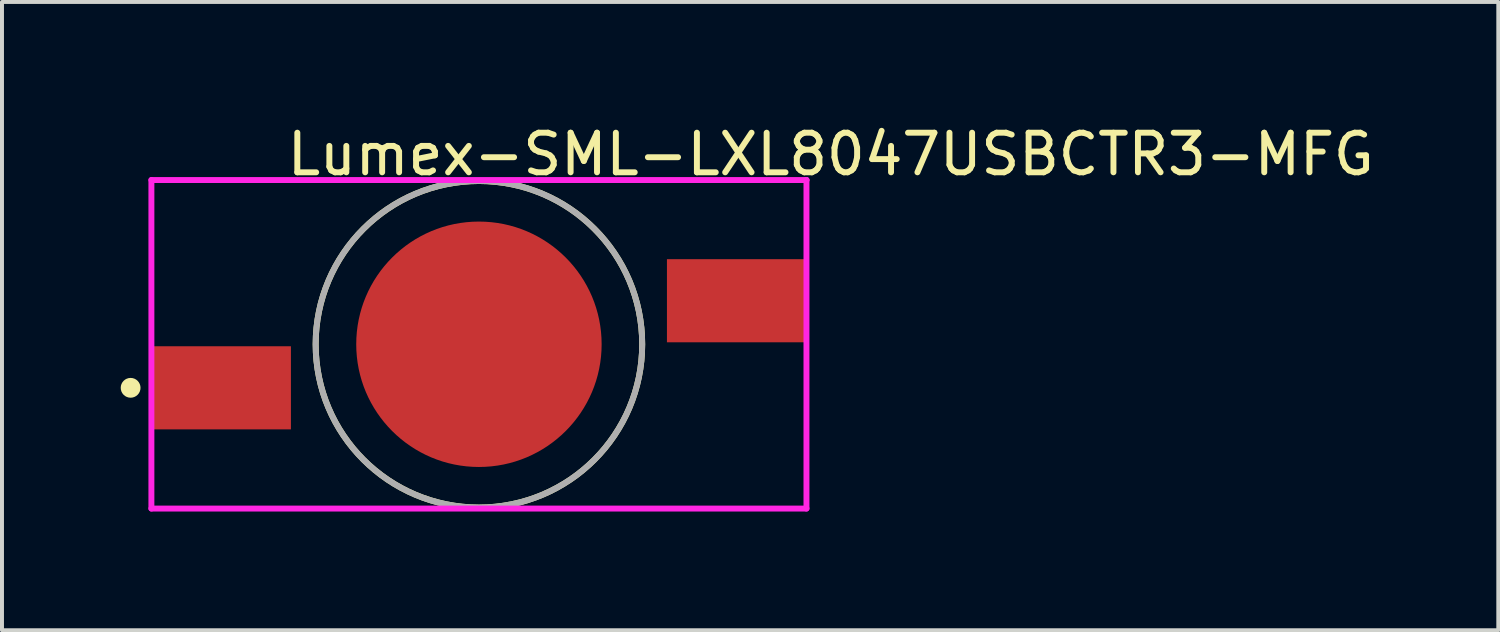
<source format=kicad_pcb>
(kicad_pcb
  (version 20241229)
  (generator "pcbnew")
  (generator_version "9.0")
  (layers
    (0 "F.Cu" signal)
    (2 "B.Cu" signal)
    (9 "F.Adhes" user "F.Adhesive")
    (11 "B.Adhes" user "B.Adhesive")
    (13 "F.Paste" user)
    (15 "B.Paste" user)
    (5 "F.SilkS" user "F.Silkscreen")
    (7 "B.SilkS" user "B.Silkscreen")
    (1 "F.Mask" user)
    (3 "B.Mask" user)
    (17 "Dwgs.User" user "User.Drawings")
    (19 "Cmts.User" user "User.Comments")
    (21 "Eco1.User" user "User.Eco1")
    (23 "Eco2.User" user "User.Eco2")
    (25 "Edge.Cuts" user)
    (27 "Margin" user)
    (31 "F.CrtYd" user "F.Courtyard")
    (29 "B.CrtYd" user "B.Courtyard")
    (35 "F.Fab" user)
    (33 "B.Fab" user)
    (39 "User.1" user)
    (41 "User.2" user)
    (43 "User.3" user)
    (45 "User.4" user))
  (footprint "Lumex-SML-LXL8047USBCTR3-MFG"
    (layer "F.Cu")
    (at 9.05 5.648)
    (property "Reference" "Lumex-SML-LXL8047USBCTR3-MFG" (at -4.925 -4.8 0) (layer "F.SilkS") (effects (font (size 1 1) (thickness 0.15)) (justify left)))
    (attr through_hole)
    (fp_circle (center -8.8 1.1) (end -8.675 1.1) (stroke (width 0.25) (type solid)) (fill no) (layer "F.SilkS"))
    (fp_circle (center 0 0) (end 4.125 0) (stroke (width 0.15) (type solid)) (fill no) (layer "F.SilkS"))
    (fp_line (start -8.275 -4.15) (end -8.275 4.15) (stroke (width 0.15) (type solid)) (layer "F.CrtYd"))
    (fp_line (start -8.275 4.15) (end 8.275 4.15) (stroke (width 0.15) (type solid)) (layer "F.CrtYd"))
    (fp_line (start 8.275 -4.15) (end -8.275 -4.15) (stroke (width 0.15) (type solid)) (layer "F.CrtYd"))
    (fp_line (start 8.275 -4.15) (end 8.275 -4.15) (stroke (width 0.15) (type solid)) (layer "F.CrtYd"))
    (fp_line (start 8.275 4.15) (end 8.275 -4.15) (stroke (width 0.15) (type solid)) (layer "F.CrtYd"))
    (fp_circle (center 0 0) (end 4.125 0) (stroke (width 0.15) (type solid)) (fill no) (layer "F.Fab"))
    (pad "1" smd rect (at -6.5 1.1) (size 3.5 2.1) (layers "F.Cu" "F.Mask" "F.Paste"))
    (pad "2" smd rect (at 6.5 -1.1) (size 3.5 2.1) (layers "F.Cu" "F.Mask" "F.Paste"))
    (pad "3" smd circle (at 0 0) (size 6.2 6.2) (layers "F.Cu" "F.Mask" "F.Paste")))
  (gr_rect
    (start -3 -3)
    (end 34.804 12.873)
    (stroke (width 0.1) (type default))
    (fill no)
    (layer "Edge.Cuts")))
</source>
